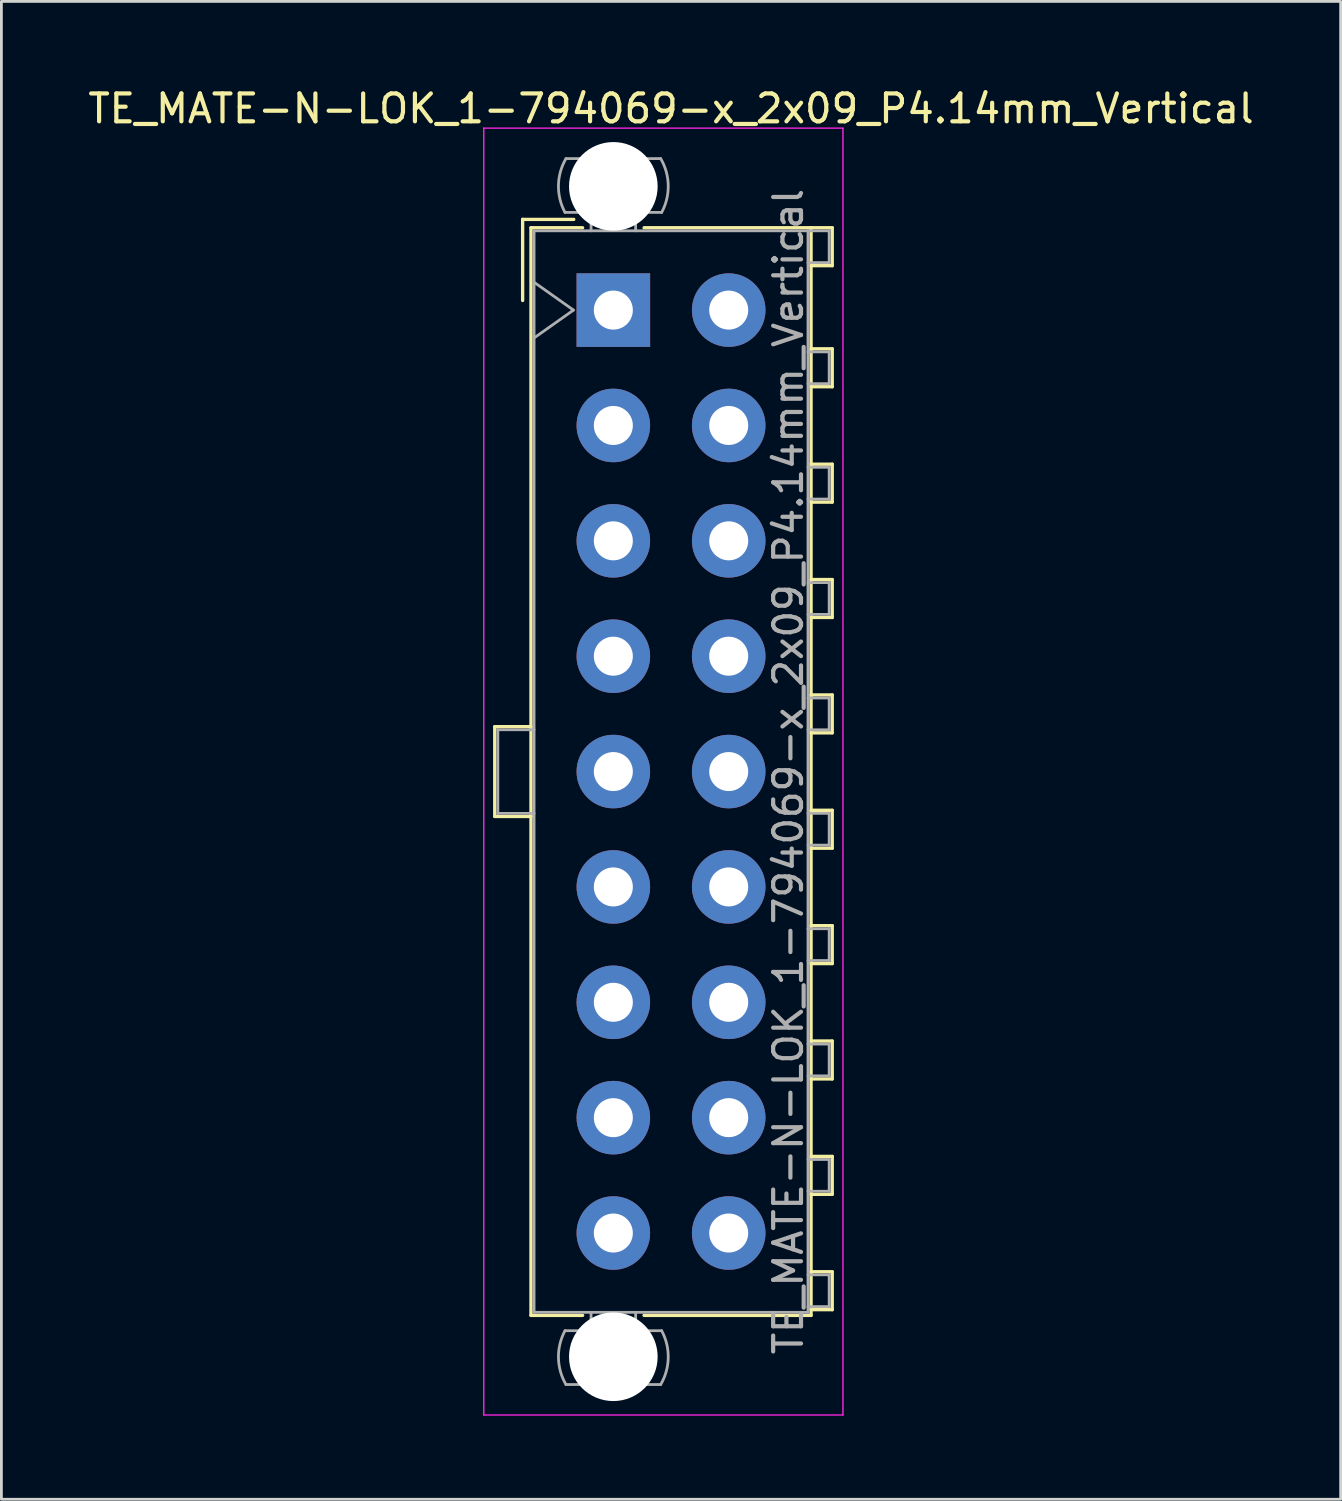
<source format=kicad_pcb>
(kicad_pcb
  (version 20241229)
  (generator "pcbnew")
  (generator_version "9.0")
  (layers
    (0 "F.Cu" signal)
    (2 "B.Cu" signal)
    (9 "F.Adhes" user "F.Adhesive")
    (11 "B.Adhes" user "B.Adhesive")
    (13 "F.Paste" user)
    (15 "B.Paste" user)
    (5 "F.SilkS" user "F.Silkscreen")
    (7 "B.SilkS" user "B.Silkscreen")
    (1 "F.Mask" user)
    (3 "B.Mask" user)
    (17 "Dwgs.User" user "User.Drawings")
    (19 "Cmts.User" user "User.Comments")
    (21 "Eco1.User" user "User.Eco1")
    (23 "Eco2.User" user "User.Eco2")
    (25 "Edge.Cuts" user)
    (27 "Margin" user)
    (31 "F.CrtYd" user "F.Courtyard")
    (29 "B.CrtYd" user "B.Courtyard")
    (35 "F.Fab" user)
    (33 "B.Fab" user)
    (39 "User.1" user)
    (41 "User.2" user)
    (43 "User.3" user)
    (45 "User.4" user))
  (footprint "TE_MATE-N-LOK_1-794069-x_2x09_P4.14mm_Vertical"
    (layer "F.Cu")
    (at 18.96 8.078)
    (property "Reference" "TE_MATE-N-LOK_1-794069-x_2x09_P4.14mm_Vertical" (at 2.07 -7.23 0) (layer "F.SilkS") (effects (font (size 1 1) (thickness 0.15))))
    (attr through_hole)
    (fp_line (start -4.255 14.95) (end -4.255 18.17) (stroke (width 0.12) (type solid)) (layer "F.SilkS"))
    (fp_line (start -4.255 18.17) (end -2.955 18.17) (stroke (width 0.12) (type solid)) (layer "F.SilkS"))
    (fp_line (start -3.255 -3.255) (end -3.255 -0.345) (stroke (width 0.12) (type solid)) (layer "F.SilkS"))
    (fp_line (start -2.955 -2.955) (end -2.955 36.075) (stroke (width 0.12) (type solid)) (layer "F.SilkS"))
    (fp_line (start -2.955 14.95) (end -4.255 14.95) (stroke (width 0.12) (type solid)) (layer "F.SilkS"))
    (fp_line (start -2.955 36.075) (end -1.103 36.075) (stroke (width 0.12) (type solid)) (layer "F.SilkS"))
    (fp_line (start -1.421 -3.255) (end -3.255 -3.255) (stroke (width 0.12) (type solid)) (layer "F.SilkS"))
    (fp_line (start -1.103 -2.955) (end -2.955 -2.955) (stroke (width 0.12) (type solid)) (layer "F.SilkS"))
    (fp_line (start 1.103 -2.955) (end 7.095 -2.955) (stroke (width 0.12) (type solid)) (layer "F.SilkS"))
    (fp_line (start 7.095 -2.955) (end 7.095 36.075) (stroke (width 0.12) (type solid)) (layer "F.SilkS"))
    (fp_line (start 7.095 -2.955) (end 7.855 -2.955) (stroke (width 0.12) (type solid)) (layer "F.SilkS"))
    (fp_line (start 7.095 1.39) (end 7.855 1.39) (stroke (width 0.12) (type solid)) (layer "F.SilkS"))
    (fp_line (start 7.095 5.53) (end 7.855 5.53) (stroke (width 0.12) (type solid)) (layer "F.SilkS"))
    (fp_line (start 7.095 9.67) (end 7.855 9.67) (stroke (width 0.12) (type solid)) (layer "F.SilkS"))
    (fp_line (start 7.095 13.81) (end 7.855 13.81) (stroke (width 0.12) (type solid)) (layer "F.SilkS"))
    (fp_line (start 7.095 17.95) (end 7.855 17.95) (stroke (width 0.12) (type solid)) (layer "F.SilkS"))
    (fp_line (start 7.095 22.09) (end 7.855 22.09) (stroke (width 0.12) (type solid)) (layer "F.SilkS"))
    (fp_line (start 7.095 26.23) (end 7.855 26.23) (stroke (width 0.12) (type solid)) (layer "F.SilkS"))
    (fp_line (start 7.095 30.37) (end 7.855 30.37) (stroke (width 0.12) (type solid)) (layer "F.SilkS"))
    (fp_line (start 7.095 34.51) (end 7.855 34.51) (stroke (width 0.12) (type solid)) (layer "F.SilkS"))
    (fp_line (start 7.095 36.075) (end 1.103 36.075) (stroke (width 0.12) (type solid)) (layer "F.SilkS"))
    (fp_line (start 7.855 -2.955) (end 7.855 -1.595) (stroke (width 0.12) (type solid)) (layer "F.SilkS"))
    (fp_line (start 7.855 -1.595) (end 7.095 -1.595) (stroke (width 0.12) (type solid)) (layer "F.SilkS"))
    (fp_line (start 7.855 1.39) (end 7.855 2.75) (stroke (width 0.12) (type solid)) (layer "F.SilkS"))
    (fp_line (start 7.855 2.75) (end 7.095 2.75) (stroke (width 0.12) (type solid)) (layer "F.SilkS"))
    (fp_line (start 7.855 5.53) (end 7.855 6.89) (stroke (width 0.12) (type solid)) (layer "F.SilkS"))
    (fp_line (start 7.855 6.89) (end 7.095 6.89) (stroke (width 0.12) (type solid)) (layer "F.SilkS"))
    (fp_line (start 7.855 9.67) (end 7.855 11.03) (stroke (width 0.12) (type solid)) (layer "F.SilkS"))
    (fp_line (start 7.855 11.03) (end 7.095 11.03) (stroke (width 0.12) (type solid)) (layer "F.SilkS"))
    (fp_line (start 7.855 13.81) (end 7.855 15.17) (stroke (width 0.12) (type solid)) (layer "F.SilkS"))
    (fp_line (start 7.855 15.17) (end 7.095 15.17) (stroke (width 0.12) (type solid)) (layer "F.SilkS"))
    (fp_line (start 7.855 17.95) (end 7.855 19.31) (stroke (width 0.12) (type solid)) (layer "F.SilkS"))
    (fp_line (start 7.855 19.31) (end 7.095 19.31) (stroke (width 0.12) (type solid)) (layer "F.SilkS"))
    (fp_line (start 7.855 22.09) (end 7.855 23.45) (stroke (width 0.12) (type solid)) (layer "F.SilkS"))
    (fp_line (start 7.855 23.45) (end 7.095 23.45) (stroke (width 0.12) (type solid)) (layer "F.SilkS"))
    (fp_line (start 7.855 26.23) (end 7.855 27.59) (stroke (width 0.12) (type solid)) (layer "F.SilkS"))
    (fp_line (start 7.855 27.59) (end 7.095 27.59) (stroke (width 0.12) (type solid)) (layer "F.SilkS"))
    (fp_line (start 7.855 30.37) (end 7.855 31.73) (stroke (width 0.12) (type solid)) (layer "F.SilkS"))
    (fp_line (start 7.855 31.73) (end 7.095 31.73) (stroke (width 0.12) (type solid)) (layer "F.SilkS"))
    (fp_line (start 7.855 34.51) (end 7.855 35.87) (stroke (width 0.12) (type solid)) (layer "F.SilkS"))
    (fp_line (start 7.855 35.87) (end 7.095 35.87) (stroke (width 0.12) (type solid)) (layer "F.SilkS"))
    (fp_line (start -4.65 -6.53) (end -4.65 39.65) (stroke (width 0.05) (type solid)) (layer "F.CrtYd"))
    (fp_line (start -4.65 39.65) (end 8.24 39.65) (stroke (width 0.05) (type solid)) (layer "F.CrtYd"))
    (fp_line (start 8.24 -6.53) (end -4.65 -6.53) (stroke (width 0.05) (type solid)) (layer "F.CrtYd"))
    (fp_line (start 8.24 39.65) (end 8.24 -6.53) (stroke (width 0.05) (type solid)) (layer "F.CrtYd"))
    (fp_line (start -4.145 15.06) (end -4.145 18.06) (stroke (width 0.1) (type solid)) (layer "F.Fab"))
    (fp_line (start -4.145 18.06) (end -2.845 18.06) (stroke (width 0.1) (type solid)) (layer "F.Fab"))
    (fp_line (start -2.845 -2.845) (end -2.845 35.965) (stroke (width 0.1) (type solid)) (layer "F.Fab"))
    (fp_line (start -2.845 -1) (end -1.431 0) (stroke (width 0.1) (type solid)) (layer "F.Fab"))
    (fp_line (start -2.845 15.06) (end -4.145 15.06) (stroke (width 0.1) (type solid)) (layer "F.Fab"))
    (fp_line (start -2.845 35.965) (end 6.985 35.965) (stroke (width 0.1) (type solid)) (layer "F.Fab"))
    (fp_line (start -1.431 0) (end -2.845 1) (stroke (width 0.1) (type solid)) (layer "F.Fab"))
    (fp_line (start -0.8 -2.845) (end -0.8 -3.505) (stroke (width 0.1) (type solid)) (layer "F.Fab"))
    (fp_line (start -0.8 35.965) (end -0.8 36.625) (stroke (width 0.1) (type solid)) (layer "F.Fab"))
    (fp_line (start 0.8 -2.845) (end 0.8 -3.505) (stroke (width 0.1) (type solid)) (layer "F.Fab"))
    (fp_line (start 0.8 35.965) (end 0.8 36.625) (stroke (width 0.1) (type solid)) (layer "F.Fab"))
    (fp_line (start 1.7 -5.436) (end -1.7 -5.436) (stroke (width 0.1) (type solid)) (layer "F.Fab"))
    (fp_line (start 1.7 38.556) (end -1.7 38.556) (stroke (width 0.1) (type solid)) (layer "F.Fab"))
    (fp_line (start 1.734 -3.505) (end -1.734 -3.505) (stroke (width 0.1) (type solid)) (layer "F.Fab"))
    (fp_line (start 1.734 36.625) (end -1.734 36.625) (stroke (width 0.1) (type solid)) (layer "F.Fab"))
    (fp_line (start 6.985 -2.845) (end -2.845 -2.845) (stroke (width 0.1) (type solid)) (layer "F.Fab"))
    (fp_line (start 6.985 -2.845) (end 7.745 -2.845) (stroke (width 0.1) (type solid)) (layer "F.Fab"))
    (fp_line (start 6.985 1.5) (end 7.745 1.5) (stroke (width 0.1) (type solid)) (layer "F.Fab"))
    (fp_line (start 6.985 5.64) (end 7.745 5.64) (stroke (width 0.1) (type solid)) (layer "F.Fab"))
    (fp_line (start 6.985 9.78) (end 7.745 9.78) (stroke (width 0.1) (type solid)) (layer "F.Fab"))
    (fp_line (start 6.985 13.92) (end 7.745 13.92) (stroke (width 0.1) (type solid)) (layer "F.Fab"))
    (fp_line (start 6.985 18.06) (end 7.745 18.06) (stroke (width 0.1) (type solid)) (layer "F.Fab"))
    (fp_line (start 6.985 22.2) (end 7.745 22.2) (stroke (width 0.1) (type solid)) (layer "F.Fab"))
    (fp_line (start 6.985 26.34) (end 7.745 26.34) (stroke (width 0.1) (type solid)) (layer "F.Fab"))
    (fp_line (start 6.985 30.48) (end 7.745 30.48) (stroke (width 0.1) (type solid)) (layer "F.Fab"))
    (fp_line (start 6.985 34.62) (end 7.745 34.62) (stroke (width 0.1) (type solid)) (layer "F.Fab"))
    (fp_line (start 6.985 35.965) (end 6.985 -2.845) (stroke (width 0.1) (type solid)) (layer "F.Fab"))
    (fp_line (start 7.745 -2.845) (end 7.745 -1.705) (stroke (width 0.1) (type solid)) (layer "F.Fab"))
    (fp_line (start 7.745 -1.705) (end 6.985 -1.705) (stroke (width 0.1) (type solid)) (layer "F.Fab"))
    (fp_line (start 7.745 1.5) (end 7.745 2.64) (stroke (width 0.1) (type solid)) (layer "F.Fab"))
    (fp_line (start 7.745 2.64) (end 6.985 2.64) (stroke (width 0.1) (type solid)) (layer "F.Fab"))
    (fp_line (start 7.745 5.64) (end 7.745 6.78) (stroke (width 0.1) (type solid)) (layer "F.Fab"))
    (fp_line (start 7.745 6.78) (end 6.985 6.78) (stroke (width 0.1) (type solid)) (layer "F.Fab"))
    (fp_line (start 7.745 9.78) (end 7.745 10.92) (stroke (width 0.1) (type solid)) (layer "F.Fab"))
    (fp_line (start 7.745 10.92) (end 6.985 10.92) (stroke (width 0.1) (type solid)) (layer "F.Fab"))
    (fp_line (start 7.745 13.92) (end 7.745 15.06) (stroke (width 0.1) (type solid)) (layer "F.Fab"))
    (fp_line (start 7.745 15.06) (end 6.985 15.06) (stroke (width 0.1) (type solid)) (layer "F.Fab"))
    (fp_line (start 7.745 18.06) (end 7.745 19.2) (stroke (width 0.1) (type solid)) (layer "F.Fab"))
    (fp_line (start 7.745 19.2) (end 6.985 19.2) (stroke (width 0.1) (type solid)) (layer "F.Fab"))
    (fp_line (start 7.745 22.2) (end 7.745 23.34) (stroke (width 0.1) (type solid)) (layer "F.Fab"))
    (fp_line (start 7.745 23.34) (end 6.985 23.34) (stroke (width 0.1) (type solid)) (layer "F.Fab"))
    (fp_line (start 7.745 26.34) (end 7.745 27.48) (stroke (width 0.1) (type solid)) (layer "F.Fab"))
    (fp_line (start 7.745 27.48) (end 6.985 27.48) (stroke (width 0.1) (type solid)) (layer "F.Fab"))
    (fp_line (start 7.745 30.48) (end 7.745 31.62) (stroke (width 0.1) (type solid)) (layer "F.Fab"))
    (fp_line (start 7.745 31.62) (end 6.985 31.62) (stroke (width 0.1) (type solid)) (layer "F.Fab"))
    (fp_line (start 7.745 34.62) (end 7.745 35.76) (stroke (width 0.1) (type solid)) (layer "F.Fab"))
    (fp_line (start 7.745 35.76) (end 6.985 35.76) (stroke (width 0.1) (type solid)) (layer "F.Fab"))
    (fp_arc (start -1.733977 -3.505) (mid -1.96969 -4.474992) (end -1.699672 -5.436) (stroke (width 0.1) (type solid)) (layer "F.Fab"))
    (fp_arc (start -1.699672 38.556) (mid -1.969689 37.594992) (end -1.733977 36.625) (stroke (width 0.1) (type solid)) (layer "F.Fab"))
    (fp_arc (start 1.699672 -5.436) (mid 1.969689 -4.474992) (end 1.733977 -3.505) (stroke (width 0.1) (type solid)) (layer "F.Fab"))
    (fp_arc (start 1.733977 36.625) (mid 1.96969 37.594992) (end 1.699672 38.556) (stroke (width 0.1) (type solid)) (layer "F.Fab"))
    (fp_text user "${REFERENCE}" (at 6.28 16.56 90) (layer "F.Fab") (effects (font (size 1 1) (thickness 0.15))))
    (pad "" np_thru_hole circle (at 0 -4.44) (size 3.18 3.18) (drill 3.18) (layers "*.Cu" "*.Mask"))
    (pad "" np_thru_hole circle (at 0 37.56) (size 3.18 3.18) (drill 3.18) (layers "*.Cu" "*.Mask"))
    (pad "1" thru_hole rect (at 0 0) (size 2.64 2.64) (drill 1.4) (layers "*.Cu" "*.Mask"))
    (pad "2" thru_hole circle (at 0 4.14) (size 2.64 2.64) (drill 1.4) (layers "*.Cu" "*.Mask"))
    (pad "3" thru_hole circle (at 0 8.28) (size 2.64 2.64) (drill 1.4) (layers "*.Cu" "*.Mask"))
    (pad "4" thru_hole circle (at 0 12.42) (size 2.64 2.64) (drill 1.4) (layers "*.Cu" "*.Mask"))
    (pad "5" thru_hole circle (at 0 16.56) (size 2.64 2.64) (drill 1.4) (layers "*.Cu" "*.Mask"))
    (pad "6" thru_hole circle (at 0 20.7) (size 2.64 2.64) (drill 1.4) (layers "*.Cu" "*.Mask"))
    (pad "7" thru_hole circle (at 0 24.84) (size 2.64 2.64) (drill 1.4) (layers "*.Cu" "*.Mask"))
    (pad "8" thru_hole circle (at 0 28.98) (size 2.64 2.64) (drill 1.4) (layers "*.Cu" "*.Mask"))
    (pad "9" thru_hole circle (at 0 33.12) (size 2.64 2.64) (drill 1.4) (layers "*.Cu" "*.Mask"))
    (pad "10" thru_hole circle (at 4.14 0) (size 2.64 2.64) (drill 1.4) (layers "*.Cu" "*.Mask"))
    (pad "11" thru_hole circle (at 4.14 4.14) (size 2.64 2.64) (drill 1.4) (layers "*.Cu" "*.Mask"))
    (pad "12" thru_hole circle (at 4.14 8.28) (size 2.64 2.64) (drill 1.4) (layers "*.Cu" "*.Mask"))
    (pad "13" thru_hole circle (at 4.14 12.42) (size 2.64 2.64) (drill 1.4) (layers "*.Cu" "*.Mask"))
    (pad "14" thru_hole circle (at 4.14 16.56) (size 2.64 2.64) (drill 1.4) (layers "*.Cu" "*.Mask"))
    (pad "15" thru_hole circle (at 4.14 20.7) (size 2.64 2.64) (drill 1.4) (layers "*.Cu" "*.Mask"))
    (pad "16" thru_hole circle (at 4.14 24.84) (size 2.64 2.64) (drill 1.4) (layers "*.Cu" "*.Mask"))
    (pad "17" thru_hole circle (at 4.14 28.98) (size 2.64 2.64) (drill 1.4) (layers "*.Cu" "*.Mask"))
    (pad "18" thru_hole circle (at 4.14 33.12) (size 2.64 2.64) (drill 1.4) (layers "*.Cu" "*.Mask")))
  (gr_rect
    (start -3 -3)
    (end 45.06 50.753)
    (stroke (width 0.1) (type default))
    (fill no)
    (layer "Edge.Cuts")))
</source>
